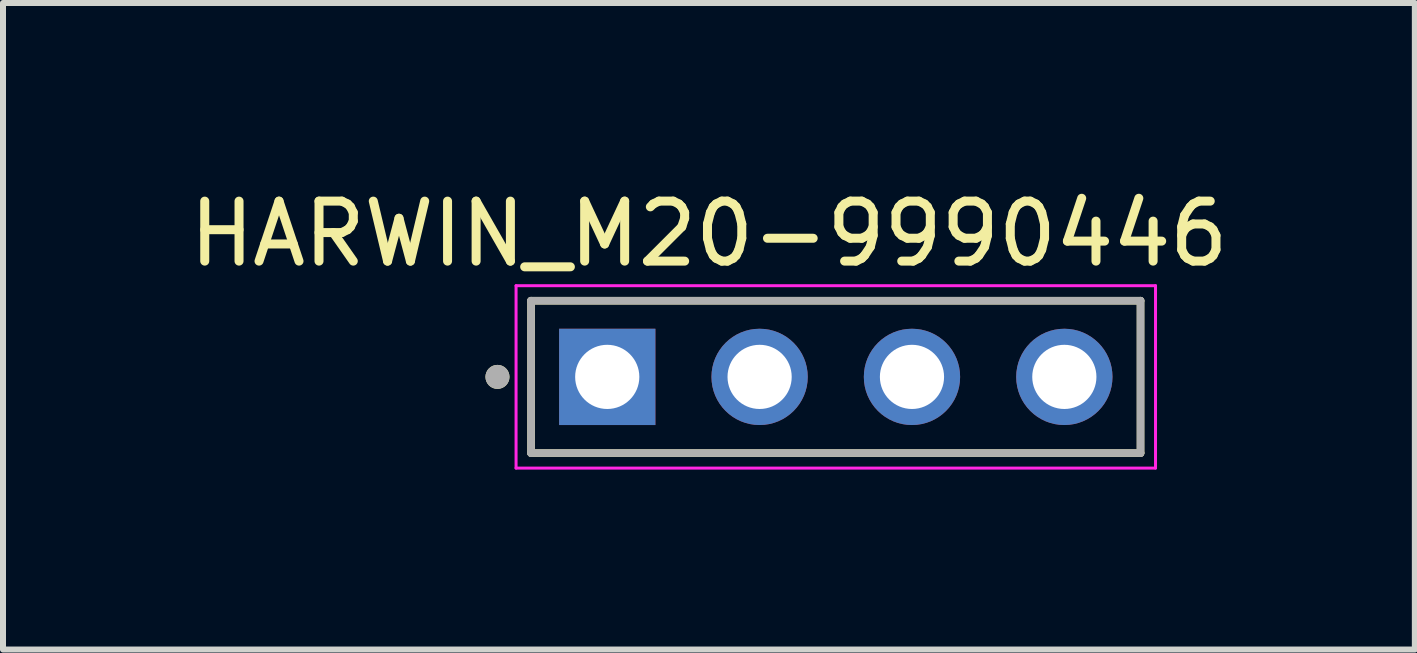
<source format=kicad_pcb>
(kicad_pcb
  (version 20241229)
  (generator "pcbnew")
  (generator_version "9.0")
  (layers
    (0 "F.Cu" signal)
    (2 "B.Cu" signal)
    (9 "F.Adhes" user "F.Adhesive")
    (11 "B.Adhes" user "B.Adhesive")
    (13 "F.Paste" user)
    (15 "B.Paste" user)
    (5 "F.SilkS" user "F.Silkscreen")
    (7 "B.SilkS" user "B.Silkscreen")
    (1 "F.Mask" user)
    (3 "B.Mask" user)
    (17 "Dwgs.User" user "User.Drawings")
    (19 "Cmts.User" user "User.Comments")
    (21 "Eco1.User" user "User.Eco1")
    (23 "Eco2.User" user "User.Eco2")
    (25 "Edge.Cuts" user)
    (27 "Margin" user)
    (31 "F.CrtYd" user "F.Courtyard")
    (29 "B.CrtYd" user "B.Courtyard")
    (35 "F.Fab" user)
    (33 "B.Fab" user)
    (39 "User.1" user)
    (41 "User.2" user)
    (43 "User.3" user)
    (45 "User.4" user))
  (footprint "HARWIN_M20-9990446"
    (layer "F.Cu")
    (at 10.883 3.233)
    (property "Reference" "HARWIN_M20-9990446" (at -2.115 -2.385 0) (layer "F.SilkS") (effects (font (size 1 1) (thickness 0.15))))
    (attr through_hole)
    (fp_line (start -5.08 -1.27) (end 5.08 -1.27) (stroke (width 0.127) (type solid)) (layer "F.SilkS"))
    (fp_line (start -5.08 1.27) (end -5.08 -1.27) (stroke (width 0.127) (type solid)) (layer "F.SilkS"))
    (fp_line (start 5.08 -1.27) (end 5.08 1.27) (stroke (width 0.127) (type solid)) (layer "F.SilkS"))
    (fp_line (start 5.08 1.27) (end -5.08 1.27) (stroke (width 0.127) (type solid)) (layer "F.SilkS"))
    (fp_circle (center -5.64 0) (end -5.54 0) (stroke (width 0.2) (type solid)) (fill no) (layer "F.SilkS"))
    (fp_line (start -5.33 -1.52) (end 5.33 -1.52) (stroke (width 0.05) (type solid)) (layer "F.CrtYd"))
    (fp_line (start -5.33 1.52) (end -5.33 -1.52) (stroke (width 0.05) (type solid)) (layer "F.CrtYd"))
    (fp_line (start 5.33 -1.52) (end 5.33 1.52) (stroke (width 0.05) (type solid)) (layer "F.CrtYd"))
    (fp_line (start 5.33 1.52) (end -5.33 1.52) (stroke (width 0.05) (type solid)) (layer "F.CrtYd"))
    (fp_line (start -5.08 -1.27) (end 5.08 -1.27) (stroke (width 0.127) (type solid)) (layer "F.Fab"))
    (fp_line (start -5.08 1.27) (end -5.08 -1.27) (stroke (width 0.127) (type solid)) (layer "F.Fab"))
    (fp_line (start 5.08 -1.27) (end 5.08 1.27) (stroke (width 0.127) (type solid)) (layer "F.Fab"))
    (fp_line (start 5.08 1.27) (end -5.08 1.27) (stroke (width 0.127) (type solid)) (layer "F.Fab"))
    (fp_circle (center -5.64 0) (end -5.54 0) (stroke (width 0.2) (type solid)) (fill no) (layer "F.Fab"))
    (pad "1" thru_hole rect (at -3.81 0) (size 1.605 1.605) (drill 1.07) (layers "*.Cu" "*.Mask"))
    (pad "2" thru_hole circle (at -1.27 0) (size 1.605 1.605) (drill 1.07) (layers "*.Cu" "*.Mask"))
    (pad "3" thru_hole circle (at 1.27 0) (size 1.605 1.605) (drill 1.07) (layers "*.Cu" "*.Mask"))
    (pad "4" thru_hole circle (at 3.81 0) (size 1.605 1.605) (drill 1.07) (layers "*.Cu" "*.Mask")))
  (gr_rect
    (start -3 -3)
    (end 20.536 7.778)
    (stroke (width 0.1) (type default))
    (fill no)
    (layer "Edge.Cuts")))
</source>
